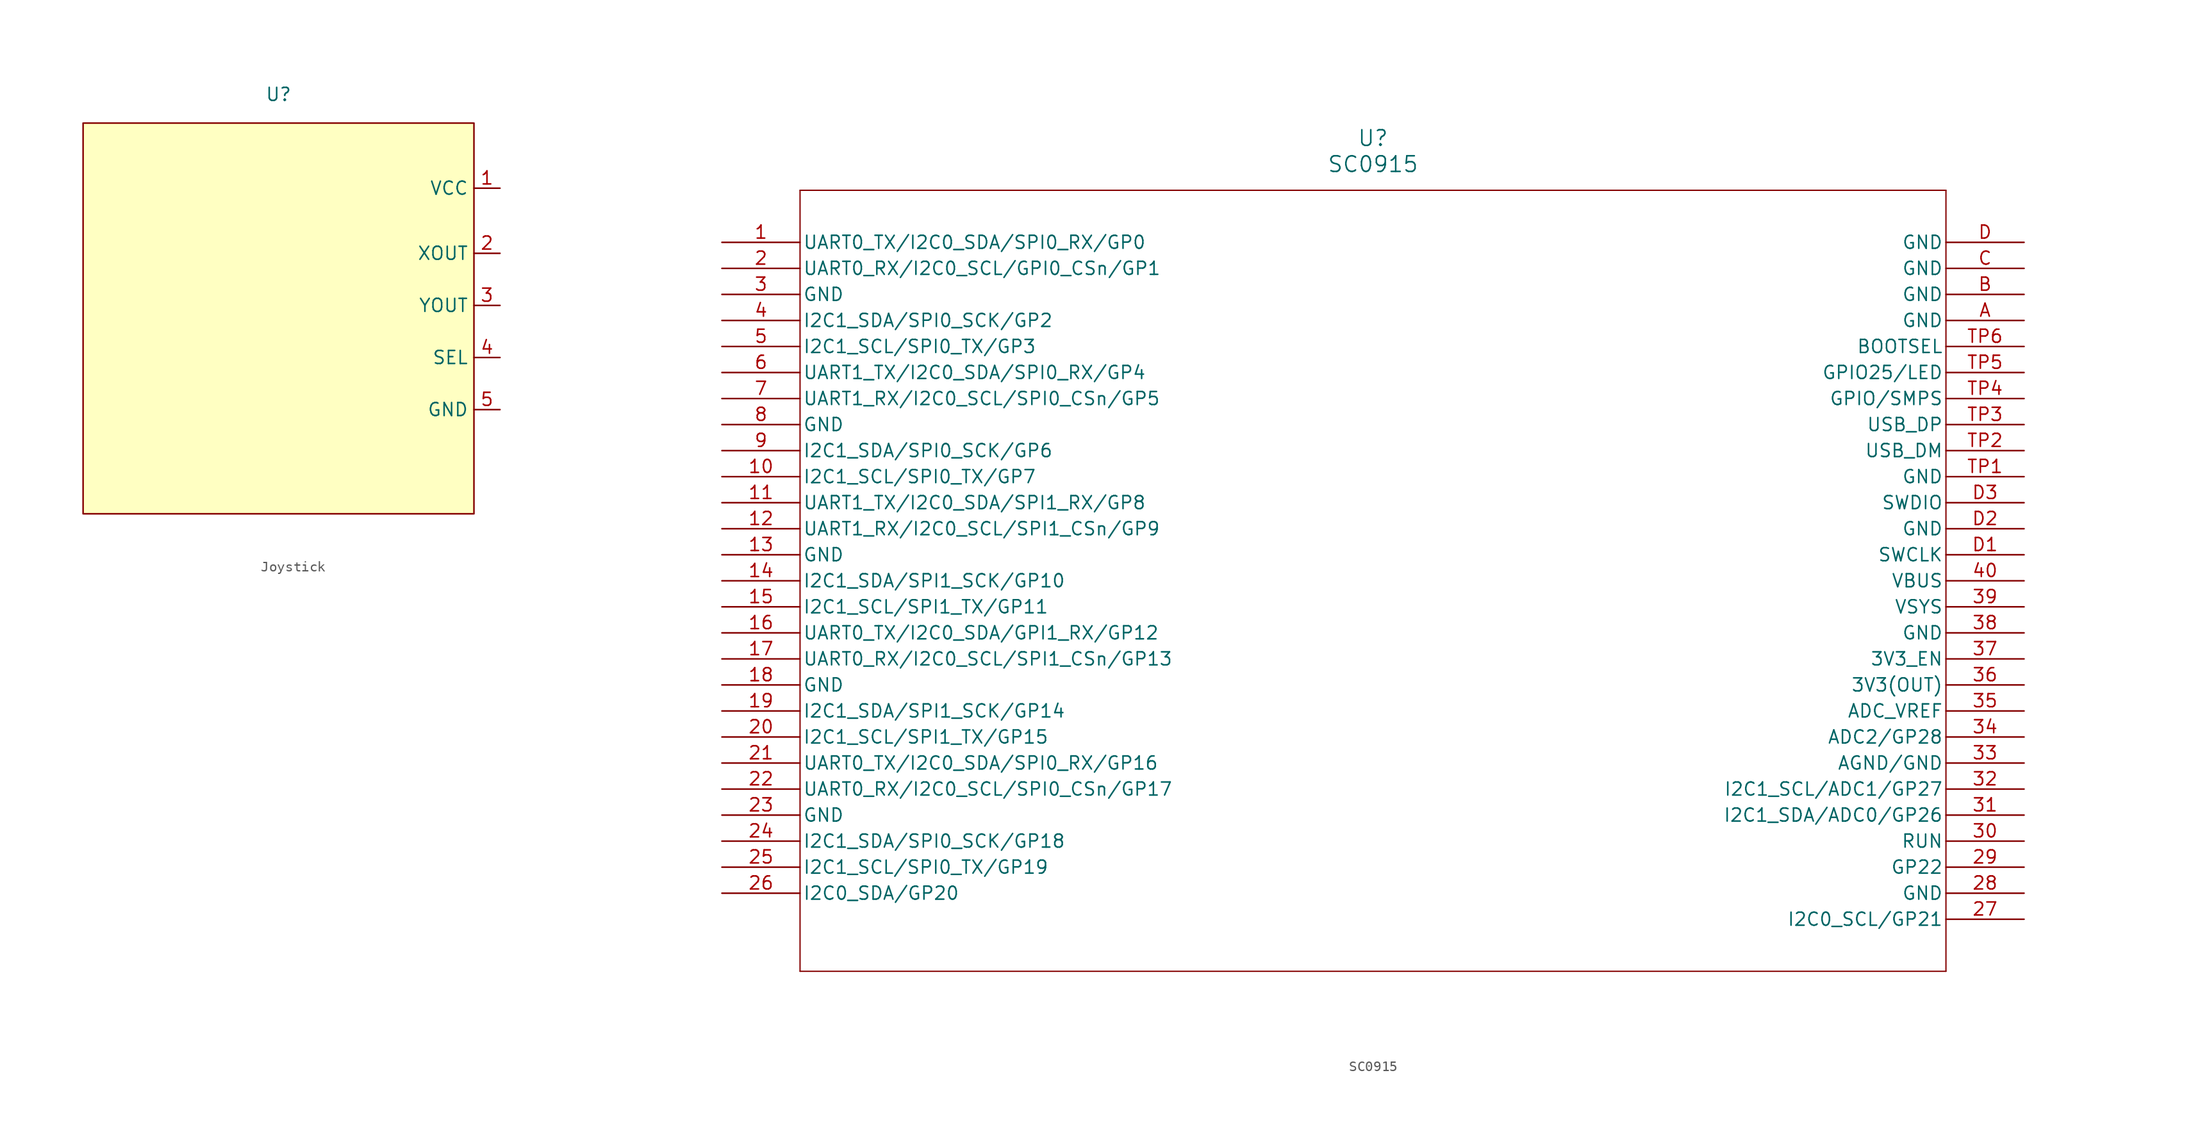
<source format=kicad_sym>
(kicad_symbol_lib
  (version 20241209)
  (generator "kicad_symbol_editor")
  (generator_version "9.0")
  (symbol "Joystick"
    (property "Reference" "U"
      (at 0 1.524 0)
      (effects (font (size 1.27 1.27))))
    (property "Value" ""
      (at 0 0 0)
      (effects (font (size 1.27 1.27))))
    (symbol "Joystick_1_1"
      (rectangle (start -19.05 -1.27) (end 19.05 -39.37) (stroke (width 0) (type solid)) (fill (type background)))
      (pin input line (at 21.59 -7.62 180) (length 2.54) (name "VCC" (effects (font (size 1.27 1.27)))) (number "1" (effects (font (size 1.27 1.27)))))
      (pin input line (at 21.59 -13.97 180) (length 2.54) (name "XOUT" (effects (font (size 1.27 1.27)))) (number "2" (effects (font (size 1.27 1.27)))))
      (pin input line (at 21.59 -19.05 180) (length 2.54) (name "YOUT" (effects (font (size 1.27 1.27)))) (number "3" (effects (font (size 1.27 1.27)))))
      (pin input line (at 21.59 -24.13 180) (length 2.54) (name "SEL" (effects (font (size 1.27 1.27)))) (number "4" (effects (font (size 1.27 1.27)))))
      (pin input line (at 21.59 -29.21 180) (length 2.54) (name "GND" (effects (font (size 1.27 1.27)))) (number "5" (effects (font (size 1.27 1.27)))))))
  (symbol "SC0915"
    (pin_names
      (offset 0.254))
    (property "Reference" "U"
      (at 63.5 10.16 0)
      (effects (font (size 1.524 1.524))))
    (property "Value" "SC0915"
      (at 63.5 7.62 0)
      (effects (font (size 1.524 1.524))))
    (property "ki_locked" ""
      (at 0 0 0)
      (effects (font (size 1.27 1.27))))
    (symbol "SC0915_0_1"
      (polyline (pts (xy 7.62 5.08) (xy 7.62 -71.12)) (stroke (width 0.127) (type default)) (fill (type none)))
      (polyline (pts (xy 7.62 -71.12) (xy 119.38 -71.12)) (stroke (width 0.127) (type default)) (fill (type none)))
      (polyline (pts (xy 119.38 5.08) (xy 7.62 5.08)) (stroke (width 0.127) (type default)) (fill (type none)))
      (polyline (pts (xy 119.38 -71.12) (xy 119.38 5.08)) (stroke (width 0.127) (type default)) (fill (type none)))
      (pin bidirectional line (at 0 0 0) (length 7.62) (name "UART0_TX/I2C0_SDA/SPI0_RX/GP0" (effects (font (size 1.27 1.27)))) (number "1" (effects (font (size 1.27 1.27)))))
      (pin bidirectional line (at 0 -2.54 0) (length 7.62) (name "UART0_RX/I2C0_SCL/GPI0_CSn/GP1" (effects (font (size 1.27 1.27)))) (number "2" (effects (font (size 1.27 1.27)))))
      (pin power_out line (at 0 -5.08 0) (length 7.62) (name "GND" (effects (font (size 1.27 1.27)))) (number "3" (effects (font (size 1.27 1.27)))))
      (pin bidirectional line (at 0 -7.62 0) (length 7.62) (name "I2C1_SDA/SPI0_SCK/GP2" (effects (font (size 1.27 1.27)))) (number "4" (effects (font (size 1.27 1.27)))))
      (pin bidirectional line (at 0 -10.16 0) (length 7.62) (name "I2C1_SCL/SPI0_TX/GP3" (effects (font (size 1.27 1.27)))) (number "5" (effects (font (size 1.27 1.27)))))
      (pin bidirectional line (at 0 -12.7 0) (length 7.62) (name "UART1_TX/I2C0_SDA/SPI0_RX/GP4" (effects (font (size 1.27 1.27)))) (number "6" (effects (font (size 1.27 1.27)))))
      (pin bidirectional line (at 0 -15.24 0) (length 7.62) (name "UART1_RX/I2C0_SCL/SPI0_CSn/GP5" (effects (font (size 1.27 1.27)))) (number "7" (effects (font (size 1.27 1.27)))))
      (pin power_out line (at 0 -17.78 0) (length 7.62) (name "GND" (effects (font (size 1.27 1.27)))) (number "8" (effects (font (size 1.27 1.27)))))
      (pin bidirectional line (at 0 -20.32 0) (length 7.62) (name "I2C1_SDA/SPI0_SCK/GP6" (effects (font (size 1.27 1.27)))) (number "9" (effects (font (size 1.27 1.27)))))
      (pin bidirectional line (at 0 -22.86 0) (length 7.62) (name "I2C1_SCL/SPI0_TX/GP7" (effects (font (size 1.27 1.27)))) (number "10" (effects (font (size 1.27 1.27)))))
      (pin bidirectional line (at 0 -25.4 0) (length 7.62) (name "UART1_TX/I2C0_SDA/SPI1_RX/GP8" (effects (font (size 1.27 1.27)))) (number "11" (effects (font (size 1.27 1.27)))))
      (pin bidirectional line (at 0 -27.94 0) (length 7.62) (name "UART1_RX/I2C0_SCL/SPI1_CSn/GP9" (effects (font (size 1.27 1.27)))) (number "12" (effects (font (size 1.27 1.27)))))
      (pin power_out line (at 0 -30.48 0) (length 7.62) (name "GND" (effects (font (size 1.27 1.27)))) (number "13" (effects (font (size 1.27 1.27)))))
      (pin bidirectional line (at 0 -33.02 0) (length 7.62) (name "I2C1_SDA/SPI1_SCK/GP10" (effects (font (size 1.27 1.27)))) (number "14" (effects (font (size 1.27 1.27)))))
      (pin bidirectional line (at 0 -35.56 0) (length 7.62) (name "I2C1_SCL/SPI1_TX/GP11" (effects (font (size 1.27 1.27)))) (number "15" (effects (font (size 1.27 1.27)))))
      (pin bidirectional line (at 0 -38.1 0) (length 7.62) (name "UART0_TX/I2C0_SDA/GPI1_RX/GP12" (effects (font (size 1.27 1.27)))) (number "16" (effects (font (size 1.27 1.27)))))
      (pin bidirectional line (at 0 -40.64 0) (length 7.62) (name "UART0_RX/I2C0_SCL/SPI1_CSn/GP13" (effects (font (size 1.27 1.27)))) (number "17" (effects (font (size 1.27 1.27)))))
      (pin power_out line (at 0 -43.18 0) (length 7.62) (name "GND" (effects (font (size 1.27 1.27)))) (number "18" (effects (font (size 1.27 1.27)))))
      (pin bidirectional line (at 0 -45.72 0) (length 7.62) (name "I2C1_SDA/SPI1_SCK/GP14" (effects (font (size 1.27 1.27)))) (number "19" (effects (font (size 1.27 1.27)))))
      (pin bidirectional line (at 0 -48.26 0) (length 7.62) (name "I2C1_SCL/SPI1_TX/GP15" (effects (font (size 1.27 1.27)))) (number "20" (effects (font (size 1.27 1.27)))))
      (pin bidirectional line (at 0 -50.8 0) (length 7.62) (name "UART0_TX/I2C0_SDA/SPI0_RX/GP16" (effects (font (size 1.27 1.27)))) (number "21" (effects (font (size 1.27 1.27)))))
      (pin bidirectional line (at 0 -53.34 0) (length 7.62) (name "UART0_RX/I2C0_SCL/SPI0_CSn/GP17" (effects (font (size 1.27 1.27)))) (number "22" (effects (font (size 1.27 1.27)))))
      (pin power_out line (at 0 -55.88 0) (length 7.62) (name "GND" (effects (font (size 1.27 1.27)))) (number "23" (effects (font (size 1.27 1.27)))))
      (pin bidirectional line (at 0 -58.42 0) (length 7.62) (name "I2C1_SDA/SPI0_SCK/GP18" (effects (font (size 1.27 1.27)))) (number "24" (effects (font (size 1.27 1.27)))))
      (pin bidirectional line (at 0 -60.96 0) (length 7.62) (name "I2C1_SCL/SPI0_TX/GP19" (effects (font (size 1.27 1.27)))) (number "25" (effects (font (size 1.27 1.27)))))
      (pin bidirectional line (at 0 -63.5 0) (length 7.62) (name "I2C0_SDA/GP20" (effects (font (size 1.27 1.27)))) (number "26" (effects (font (size 1.27 1.27)))))
      (pin power_out line (at 127 0 180) (length 7.62) (name "GND" (effects (font (size 1.27 1.27)))) (number "D" (effects (font (size 1.27 1.27)))))
      (pin power_out line (at 127 -2.54 180) (length 7.62) (name "GND" (effects (font (size 1.27 1.27)))) (number "C" (effects (font (size 1.27 1.27)))))
      (pin power_out line (at 127 -5.08 180) (length 7.62) (name "GND" (effects (font (size 1.27 1.27)))) (number "B" (effects (font (size 1.27 1.27)))))
      (pin power_out line (at 127 -7.62 180) (length 7.62) (name "GND" (effects (font (size 1.27 1.27)))) (number "A" (effects (font (size 1.27 1.27)))))
      (pin unspecified line (at 127 -10.16 180) (length 7.62) (name "BOOTSEL" (effects (font (size 1.27 1.27)))) (number "TP6" (effects (font (size 1.27 1.27)))))
      (pin unspecified line (at 127 -12.7 180) (length 7.62) (name "GPIO25/LED" (effects (font (size 1.27 1.27)))) (number "TP5" (effects (font (size 1.27 1.27)))))
      (pin unspecified line (at 127 -15.24 180) (length 7.62) (name "GPIO/SMPS" (effects (font (size 1.27 1.27)))) (number "TP4" (effects (font (size 1.27 1.27)))))
      (pin unspecified line (at 127 -17.78 180) (length 7.62) (name "USB_DP" (effects (font (size 1.27 1.27)))) (number "TP3" (effects (font (size 1.27 1.27)))))
      (pin unspecified line (at 127 -20.32 180) (length 7.62) (name "USB_DM" (effects (font (size 1.27 1.27)))) (number "TP2" (effects (font (size 1.27 1.27)))))
      (pin power_out line (at 127 -22.86 180) (length 7.62) (name "GND" (effects (font (size 1.27 1.27)))) (number "TP1" (effects (font (size 1.27 1.27)))))
      (pin unspecified line (at 127 -25.4 180) (length 7.62) (name "SWDIO" (effects (font (size 1.27 1.27)))) (number "D3" (effects (font (size 1.27 1.27)))))
      (pin power_out line (at 127 -27.94 180) (length 7.62) (name "GND" (effects (font (size 1.27 1.27)))) (number "D2" (effects (font (size 1.27 1.27)))))
      (pin unspecified line (at 127 -30.48 180) (length 7.62) (name "SWCLK" (effects (font (size 1.27 1.27)))) (number "D1" (effects (font (size 1.27 1.27)))))
      (pin power_in line (at 127 -33.02 180) (length 7.62) (name "VBUS" (effects (font (size 1.27 1.27)))) (number "40" (effects (font (size 1.27 1.27)))))
      (pin power_in line (at 127 -35.56 180) (length 7.62) (name "VSYS" (effects (font (size 1.27 1.27)))) (number "39" (effects (font (size 1.27 1.27)))))
      (pin power_out line (at 127 -38.1 180) (length 7.62) (name "GND" (effects (font (size 1.27 1.27)))) (number "38" (effects (font (size 1.27 1.27)))))
      (pin power_in line (at 127 -40.64 180) (length 7.62) (name "3V3_EN" (effects (font (size 1.27 1.27)))) (number "37" (effects (font (size 1.27 1.27)))))
      (pin output line (at 127 -43.18 180) (length 7.62) (name "3V3(OUT)" (effects (font (size 1.27 1.27)))) (number "36" (effects (font (size 1.27 1.27)))))
      (pin power_in line (at 127 -45.72 180) (length 7.62) (name "ADC_VREF" (effects (font (size 1.27 1.27)))) (number "35" (effects (font (size 1.27 1.27)))))
      (pin bidirectional line (at 127 -48.26 180) (length 7.62) (name "ADC2/GP28" (effects (font (size 1.27 1.27)))) (number "34" (effects (font (size 1.27 1.27)))))
      (pin power_out line (at 127 -50.8 180) (length 7.62) (name "AGND/GND" (effects (font (size 1.27 1.27)))) (number "33" (effects (font (size 1.27 1.27)))))
      (pin bidirectional line (at 127 -53.34 180) (length 7.62) (name "I2C1_SCL/ADC1/GP27" (effects (font (size 1.27 1.27)))) (number "32" (effects (font (size 1.27 1.27)))))
      (pin bidirectional line (at 127 -55.88 180) (length 7.62) (name "I2C1_SDA/ADC0/GP26" (effects (font (size 1.27 1.27)))) (number "31" (effects (font (size 1.27 1.27)))))
      (pin unspecified line (at 127 -58.42 180) (length 7.62) (name "RUN" (effects (font (size 1.27 1.27)))) (number "30" (effects (font (size 1.27 1.27)))))
      (pin bidirectional line (at 127 -60.96 180) (length 7.62) (name "GP22" (effects (font (size 1.27 1.27)))) (number "29" (effects (font (size 1.27 1.27)))))
      (pin power_out line (at 127 -63.5 180) (length 7.62) (name "GND" (effects (font (size 1.27 1.27)))) (number "28" (effects (font (size 1.27 1.27)))))
      (pin bidirectional line (at 127 -66.04 180) (length 7.62) (name "I2C0_SCL/GP21" (effects (font (size 1.27 1.27)))) (number "27" (effects (font (size 1.27 1.27))))))))
</source>
